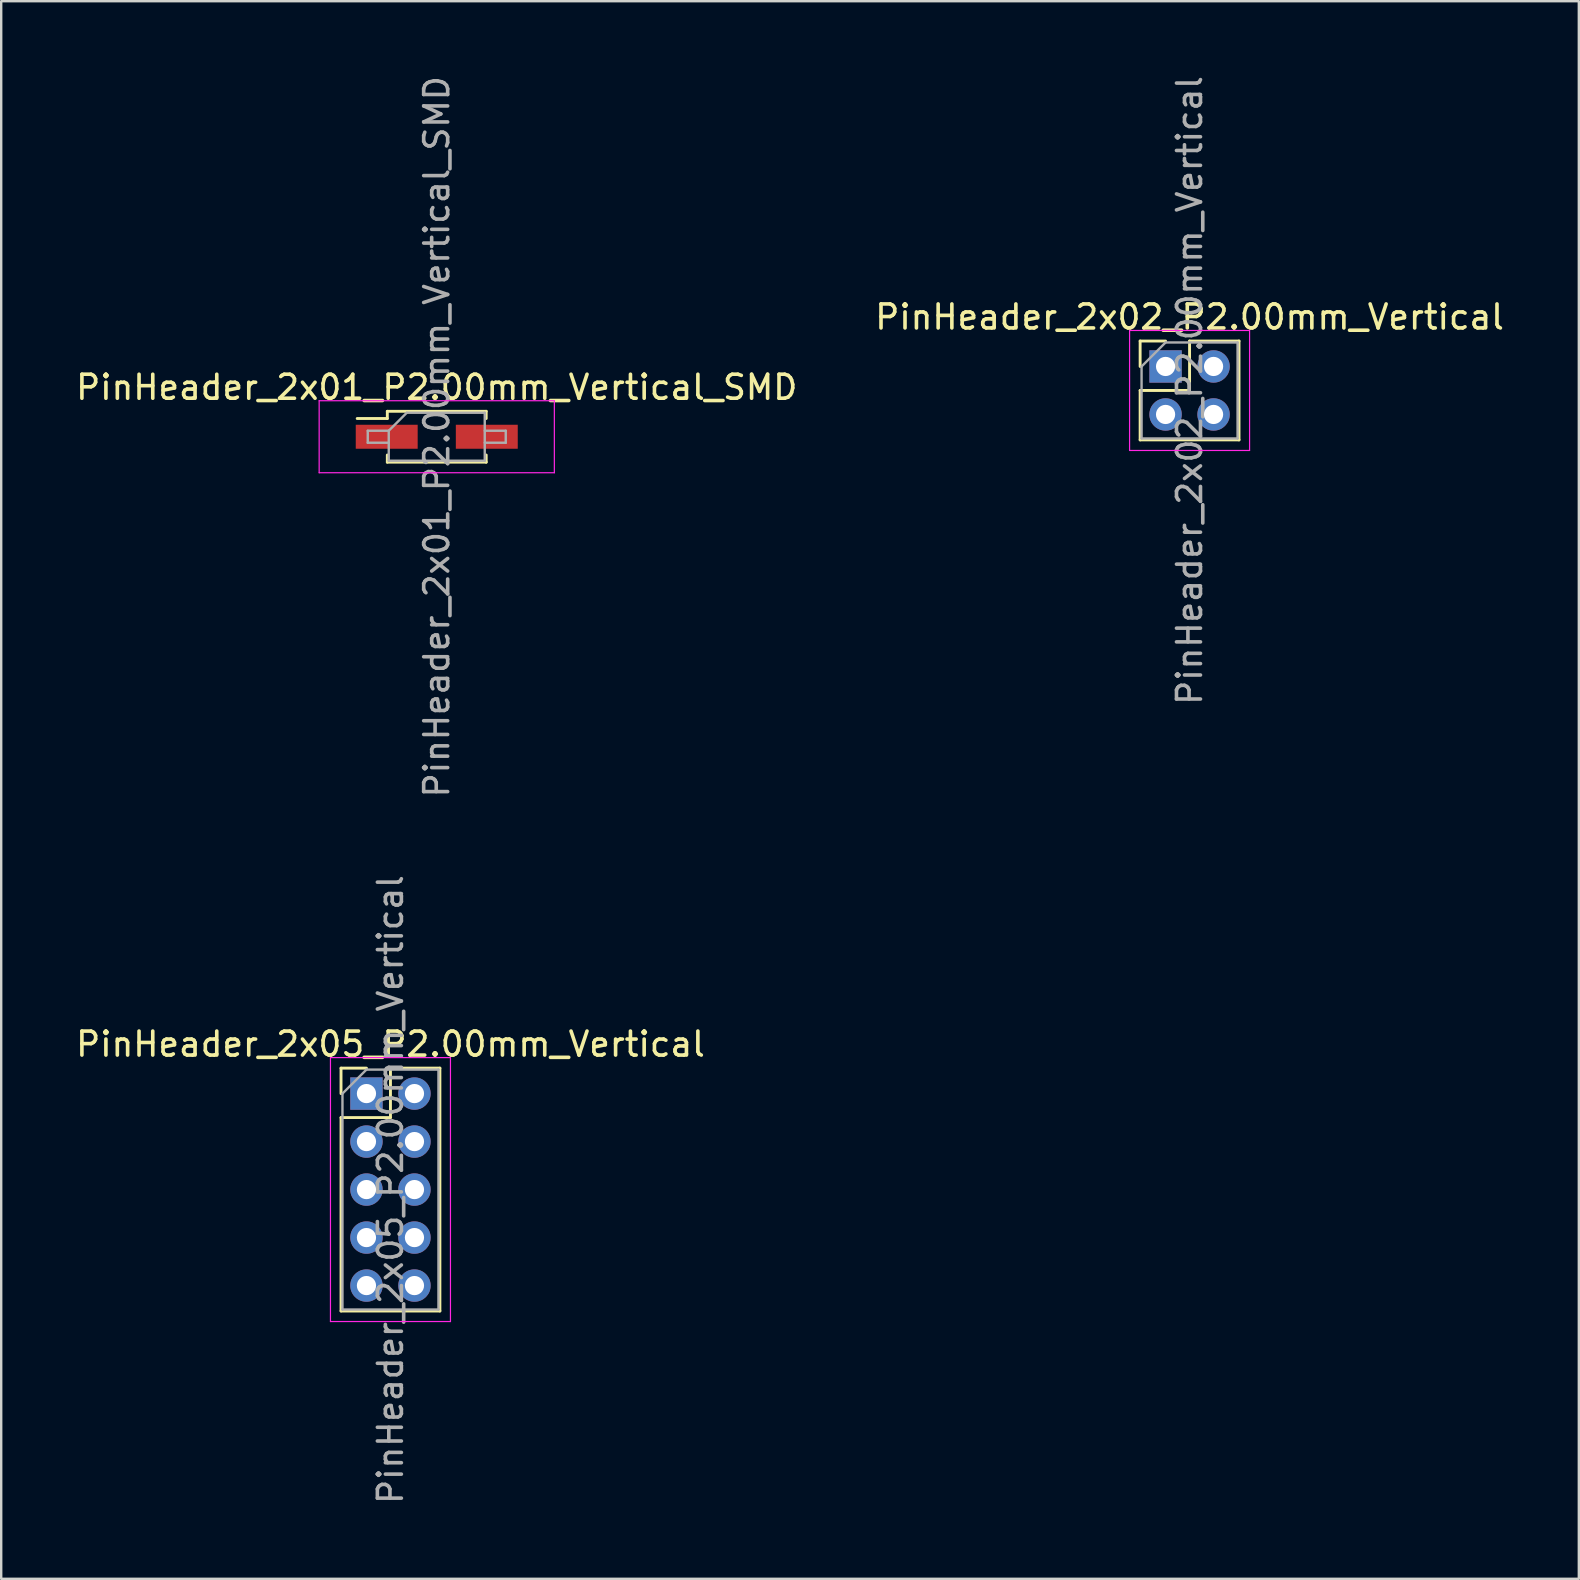
<source format=kicad_pcb>
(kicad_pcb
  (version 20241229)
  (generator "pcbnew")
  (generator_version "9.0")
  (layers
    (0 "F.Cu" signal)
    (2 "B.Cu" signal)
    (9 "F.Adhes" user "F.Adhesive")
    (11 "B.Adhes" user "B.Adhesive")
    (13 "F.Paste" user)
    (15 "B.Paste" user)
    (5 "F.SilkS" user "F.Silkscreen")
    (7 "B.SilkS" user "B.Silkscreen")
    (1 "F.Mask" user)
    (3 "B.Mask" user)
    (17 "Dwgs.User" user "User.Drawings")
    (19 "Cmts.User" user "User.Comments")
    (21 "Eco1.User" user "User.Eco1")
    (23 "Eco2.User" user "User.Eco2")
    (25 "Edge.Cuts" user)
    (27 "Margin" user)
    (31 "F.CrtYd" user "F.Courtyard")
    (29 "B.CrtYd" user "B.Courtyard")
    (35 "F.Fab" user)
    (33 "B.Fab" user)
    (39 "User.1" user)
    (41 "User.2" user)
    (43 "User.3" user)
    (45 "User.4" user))
  (footprint "PinHeader_2x02_P2.00mm_Vertical"
    (layer "F.Cu")
    (at 45.518 12.22)
    (property "Reference" "PinHeader_2x02_P2.00mm_Vertical" (at 1 -2.06 0) (layer "F.SilkS") (effects (font (size 1 1) (thickness 0.15))))
    (attr through_hole)
    (fp_line (start -1.06 -1.06) (end 0 -1.06) (stroke (width 0.12) (type solid)) (layer "F.SilkS"))
    (fp_line (start -1.06 0) (end -1.06 -1.06) (stroke (width 0.12) (type solid)) (layer "F.SilkS"))
    (fp_line (start -1.06 1) (end -1.06 3.06) (stroke (width 0.12) (type solid)) (layer "F.SilkS"))
    (fp_line (start -1.06 1) (end 1 1) (stroke (width 0.12) (type solid)) (layer "F.SilkS"))
    (fp_line (start -1.06 3.06) (end 3.06 3.06) (stroke (width 0.12) (type solid)) (layer "F.SilkS"))
    (fp_line (start 1 -1.06) (end 3.06 -1.06) (stroke (width 0.12) (type solid)) (layer "F.SilkS"))
    (fp_line (start 1 1) (end 1 -1.06) (stroke (width 0.12) (type solid)) (layer "F.SilkS"))
    (fp_line (start 3.06 -1.06) (end 3.06 3.06) (stroke (width 0.12) (type solid)) (layer "F.SilkS"))
    (fp_line (start -1.5 -1.5) (end -1.5 3.5) (stroke (width 0.05) (type solid)) (layer "F.CrtYd"))
    (fp_line (start -1.5 3.5) (end 3.5 3.5) (stroke (width 0.05) (type solid)) (layer "F.CrtYd"))
    (fp_line (start 3.5 -1.5) (end -1.5 -1.5) (stroke (width 0.05) (type solid)) (layer "F.CrtYd"))
    (fp_line (start 3.5 3.5) (end 3.5 -1.5) (stroke (width 0.05) (type solid)) (layer "F.CrtYd"))
    (fp_line (start -1 0) (end 0 -1) (stroke (width 0.1) (type solid)) (layer "F.Fab"))
    (fp_line (start -1 3) (end -1 0) (stroke (width 0.1) (type solid)) (layer "F.Fab"))
    (fp_line (start 0 -1) (end 3 -1) (stroke (width 0.1) (type solid)) (layer "F.Fab"))
    (fp_line (start 3 -1) (end 3 3) (stroke (width 0.1) (type solid)) (layer "F.Fab"))
    (fp_line (start 3 3) (end -1 3) (stroke (width 0.1) (type solid)) (layer "F.Fab"))
    (fp_text user "${REFERENCE}" (at 1 1 90) (layer "F.Fab") (effects (font (size 1 1) (thickness 0.15))))
    (pad "1" thru_hole rect (at 0 0) (size 1.35 1.35) (drill 0.8) (layers "*.Cu" "*.Mask"))
    (pad "2" thru_hole oval (at 2 0) (size 1.35 1.35) (drill 0.8) (layers "*.Cu" "*.Mask"))
    (pad "3" thru_hole oval (at 0 2) (size 1.35 1.35) (drill 0.8) (layers "*.Cu" "*.Mask"))
    (pad "4" thru_hole oval (at 2 2) (size 1.35 1.35) (drill 0.8) (layers "*.Cu" "*.Mask")))
  (footprint "PinHeader_2x05_P2.00mm_Vertical"
    (layer "F.Cu")
    (at 12.22 42.518)
    (property "Reference" "PinHeader_2x05_P2.00mm_Vertical" (at 1 -2.06 0) (layer "F.SilkS") (effects (font (size 1 1) (thickness 0.15))))
    (attr through_hole)
    (fp_line (start -1.06 -1.06) (end 0 -1.06) (stroke (width 0.12) (type solid)) (layer "F.SilkS"))
    (fp_line (start -1.06 0) (end -1.06 -1.06) (stroke (width 0.12) (type solid)) (layer "F.SilkS"))
    (fp_line (start -1.06 1) (end -1.06 9.06) (stroke (width 0.12) (type solid)) (layer "F.SilkS"))
    (fp_line (start -1.06 1) (end 1 1) (stroke (width 0.12) (type solid)) (layer "F.SilkS"))
    (fp_line (start -1.06 9.06) (end 3.06 9.06) (stroke (width 0.12) (type solid)) (layer "F.SilkS"))
    (fp_line (start 1 -1.06) (end 3.06 -1.06) (stroke (width 0.12) (type solid)) (layer "F.SilkS"))
    (fp_line (start 1 1) (end 1 -1.06) (stroke (width 0.12) (type solid)) (layer "F.SilkS"))
    (fp_line (start 3.06 -1.06) (end 3.06 9.06) (stroke (width 0.12) (type solid)) (layer "F.SilkS"))
    (fp_line (start -1.5 -1.5) (end -1.5 9.5) (stroke (width 0.05) (type solid)) (layer "F.CrtYd"))
    (fp_line (start -1.5 9.5) (end 3.5 9.5) (stroke (width 0.05) (type solid)) (layer "F.CrtYd"))
    (fp_line (start 3.5 -1.5) (end -1.5 -1.5) (stroke (width 0.05) (type solid)) (layer "F.CrtYd"))
    (fp_line (start 3.5 9.5) (end 3.5 -1.5) (stroke (width 0.05) (type solid)) (layer "F.CrtYd"))
    (fp_line (start -1 0) (end 0 -1) (stroke (width 0.1) (type solid)) (layer "F.Fab"))
    (fp_line (start -1 9) (end -1 0) (stroke (width 0.1) (type solid)) (layer "F.Fab"))
    (fp_line (start 0 -1) (end 3 -1) (stroke (width 0.1) (type solid)) (layer "F.Fab"))
    (fp_line (start 3 -1) (end 3 9) (stroke (width 0.1) (type solid)) (layer "F.Fab"))
    (fp_line (start 3 9) (end -1 9) (stroke (width 0.1) (type solid)) (layer "F.Fab"))
    (fp_text user "${REFERENCE}" (at 1 4 90) (layer "F.Fab") (effects (font (size 1 1) (thickness 0.15))))
    (pad "1" thru_hole rect (at 0 0) (size 1.35 1.35) (drill 0.8) (layers "*.Cu" "*.Mask"))
    (pad "2" thru_hole oval (at 2 0) (size 1.35 1.35) (drill 0.8) (layers "*.Cu" "*.Mask"))
    (pad "3" thru_hole oval (at 0 2) (size 1.35 1.35) (drill 0.8) (layers "*.Cu" "*.Mask"))
    (pad "4" thru_hole oval (at 2 2) (size 1.35 1.35) (drill 0.8) (layers "*.Cu" "*.Mask"))
    (pad "5" thru_hole oval (at 0 4) (size 1.35 1.35) (drill 0.8) (layers "*.Cu" "*.Mask"))
    (pad "6" thru_hole oval (at 2 4) (size 1.35 1.35) (drill 0.8) (layers "*.Cu" "*.Mask"))
    (pad "7" thru_hole oval (at 0 6) (size 1.35 1.35) (drill 0.8) (layers "*.Cu" "*.Mask"))
    (pad "8" thru_hole oval (at 2 6) (size 1.35 1.35) (drill 0.8) (layers "*.Cu" "*.Mask"))
    (pad "9" thru_hole oval (at 0 8) (size 1.35 1.35) (drill 0.8) (layers "*.Cu" "*.Mask"))
    (pad "10" thru_hole oval (at 2 8) (size 1.35 1.35) (drill 0.8) (layers "*.Cu" "*.Mask")))
  (footprint "PinHeader_2x01_P2.00mm_Vertical_SMD"
    (layer "F.Cu")
    (at 15.149 15.149)
    (property "Reference" "PinHeader_2x01_P2.00mm_Vertical_SMD" (at 0 -2.06 0) (layer "F.SilkS") (effects (font (size 1 1) (thickness 0.15))))
    (attr smd)
    (fp_line (start -3.315 -0.76) (end -2.06 -0.76) (stroke (width 0.12) (type solid)) (layer "F.SilkS"))
    (fp_line (start -2.06 -1.06) (end -2.06 -0.76) (stroke (width 0.12) (type solid)) (layer "F.SilkS"))
    (fp_line (start -2.06 -1.06) (end 2.06 -1.06) (stroke (width 0.12) (type solid)) (layer "F.SilkS"))
    (fp_line (start -2.06 0.76) (end -2.06 1.06) (stroke (width 0.12) (type solid)) (layer "F.SilkS"))
    (fp_line (start -2.06 1.06) (end 2.06 1.06) (stroke (width 0.12) (type solid)) (layer "F.SilkS"))
    (fp_line (start 2.06 -1.06) (end 2.06 -0.76) (stroke (width 0.12) (type solid)) (layer "F.SilkS"))
    (fp_line (start 2.06 0.76) (end 2.06 1.06) (stroke (width 0.12) (type solid)) (layer "F.SilkS"))
    (fp_line (start -4.9 -1.5) (end -4.9 1.5) (stroke (width 0.05) (type solid)) (layer "F.CrtYd"))
    (fp_line (start -4.9 1.5) (end 4.9 1.5) (stroke (width 0.05) (type solid)) (layer "F.CrtYd"))
    (fp_line (start 4.9 -1.5) (end -4.9 -1.5) (stroke (width 0.05) (type solid)) (layer "F.CrtYd"))
    (fp_line (start 4.9 1.5) (end 4.9 -1.5) (stroke (width 0.05) (type solid)) (layer "F.CrtYd"))
    (fp_line (start -2.875 -0.25) (end -2.875 0.25) (stroke (width 0.1) (type solid)) (layer "F.Fab"))
    (fp_line (start -2.875 0.25) (end -2 0.25) (stroke (width 0.1) (type solid)) (layer "F.Fab"))
    (fp_line (start -2 -0.25) (end -2.875 -0.25) (stroke (width 0.1) (type solid)) (layer "F.Fab"))
    (fp_line (start -2 -0.25) (end -1.25 -1) (stroke (width 0.1) (type solid)) (layer "F.Fab"))
    (fp_line (start -2 1) (end -2 -0.25) (stroke (width 0.1) (type solid)) (layer "F.Fab"))
    (fp_line (start -1.25 -1) (end 2 -1) (stroke (width 0.1) (type solid)) (layer "F.Fab"))
    (fp_line (start 2 -1) (end 2 1) (stroke (width 0.1) (type solid)) (layer "F.Fab"))
    (fp_line (start 2 -0.25) (end 2.875 -0.25) (stroke (width 0.1) (type solid)) (layer "F.Fab"))
    (fp_line (start 2 1) (end -2 1) (stroke (width 0.1) (type solid)) (layer "F.Fab"))
    (fp_line (start 2.875 -0.25) (end 2.875 0.25) (stroke (width 0.1) (type solid)) (layer "F.Fab"))
    (fp_line (start 2.875 0.25) (end 2 0.25) (stroke (width 0.1) (type solid)) (layer "F.Fab"))
    (fp_text user "${REFERENCE}" (at 0 0 90) (layer "F.Fab") (effects (font (size 1 1) (thickness 0.15))))
    (pad "1" smd rect (at -2.085 0) (size 2.58 1) (layers "F.Cu" "F.Mask" "F.Paste"))
    (pad "2" smd rect (at 2.085 0) (size 2.58 1) (layers "F.Cu" "F.Mask" "F.Paste")))
  (gr_rect
    (start -3 -3)
    (end 62.738 62.738)
    (stroke (width 0.1) (type default))
    (fill no)
    (layer "Edge.Cuts")))
</source>
